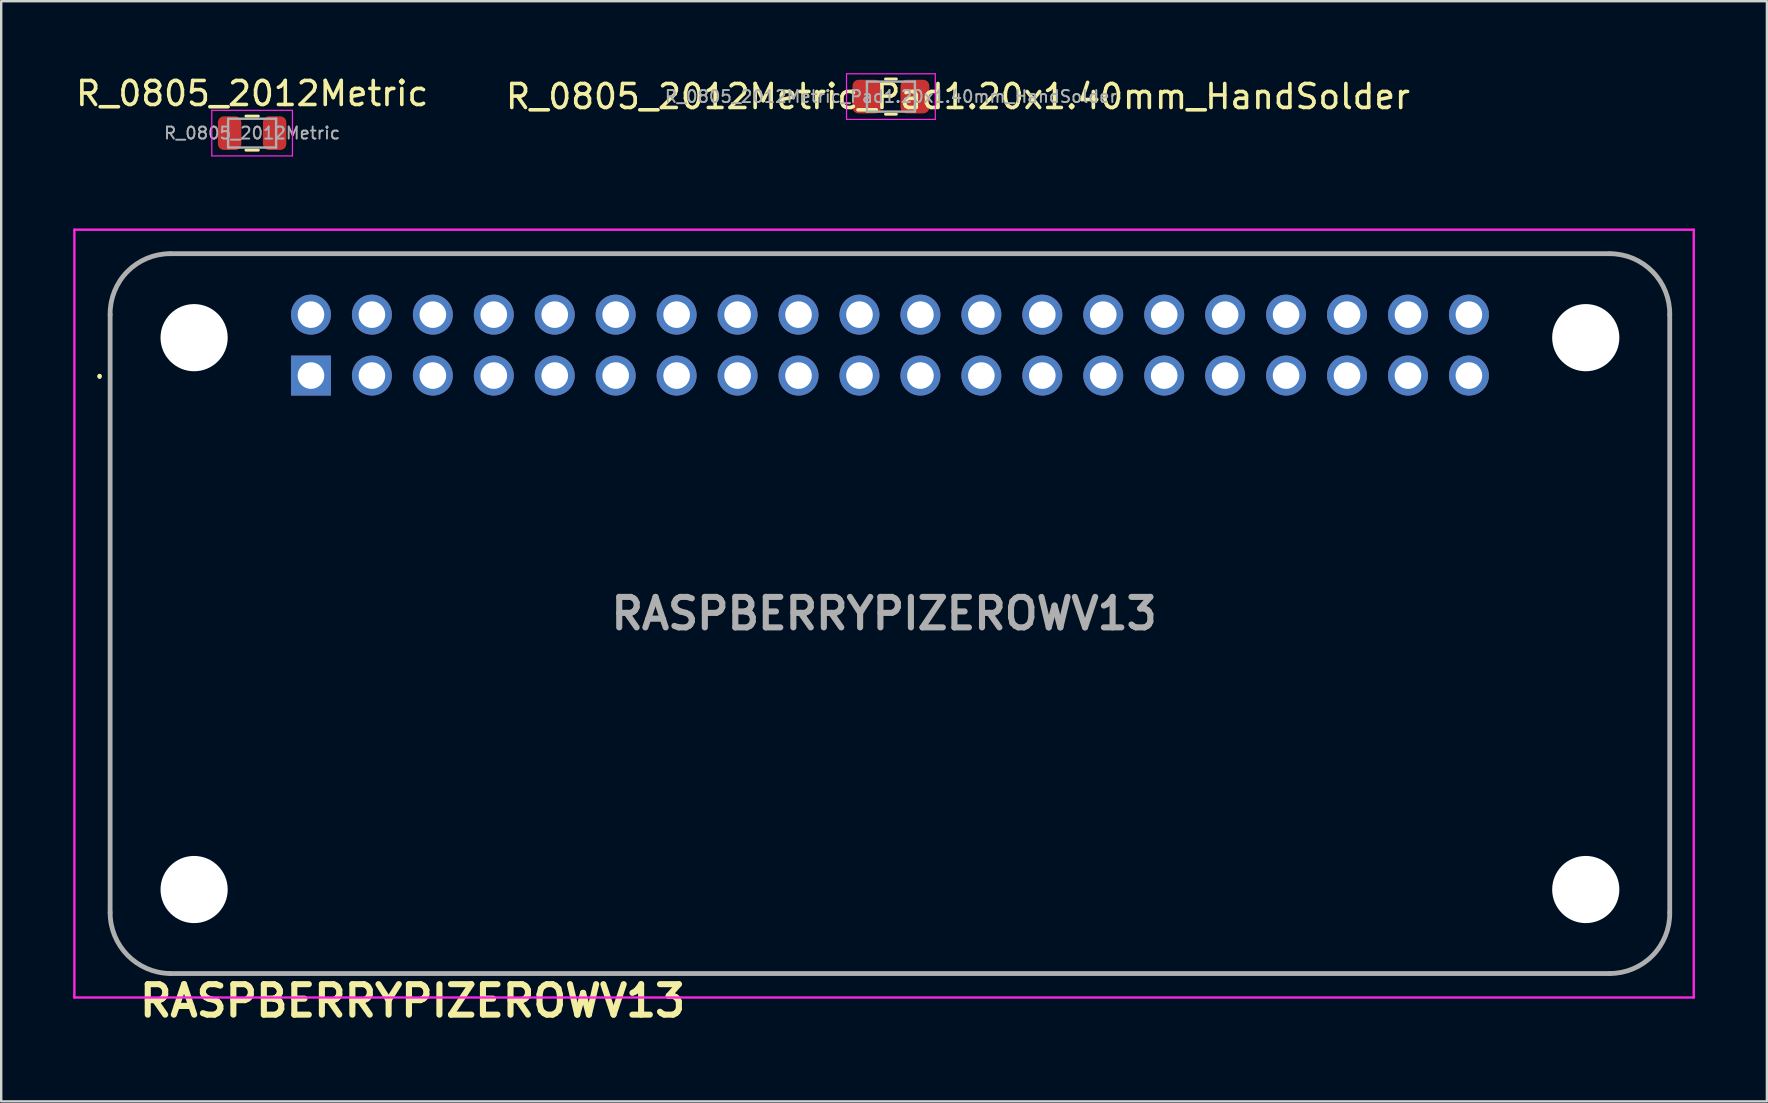
<source format=kicad_pcb>
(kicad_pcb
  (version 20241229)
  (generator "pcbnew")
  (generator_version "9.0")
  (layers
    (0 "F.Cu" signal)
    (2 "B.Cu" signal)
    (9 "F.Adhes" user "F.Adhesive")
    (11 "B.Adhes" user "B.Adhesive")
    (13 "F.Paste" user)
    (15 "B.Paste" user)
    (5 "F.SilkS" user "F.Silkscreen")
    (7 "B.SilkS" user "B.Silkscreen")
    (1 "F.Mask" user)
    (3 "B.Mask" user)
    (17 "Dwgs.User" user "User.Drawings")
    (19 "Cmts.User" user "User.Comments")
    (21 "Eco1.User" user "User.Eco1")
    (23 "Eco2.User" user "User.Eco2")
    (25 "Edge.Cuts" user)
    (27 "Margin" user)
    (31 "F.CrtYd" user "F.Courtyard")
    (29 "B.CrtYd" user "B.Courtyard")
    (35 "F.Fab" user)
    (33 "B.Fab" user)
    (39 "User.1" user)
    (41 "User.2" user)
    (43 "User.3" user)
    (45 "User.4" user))
  (footprint "R_0805_2012Metric"
    (layer "F.Cu")
    (at 7.458 2.498)
    (property "Reference" "R_0805_2012Metric" (at 0 -1.65 180) (layer "F.SilkS") (effects (font (size 1 1) (thickness 0.15))))
    (attr smd)
    (fp_line (start -0.259 -0.71) (end 0.259 -0.71) (stroke (width 0.12) (type solid)) (layer "F.SilkS"))
    (fp_line (start -0.259 0.71) (end 0.259 0.71) (stroke (width 0.12) (type solid)) (layer "F.SilkS"))
    (fp_line (start -1.68 -0.95) (end 1.68 -0.95) (stroke (width 0.05) (type solid)) (layer "F.CrtYd"))
    (fp_line (start -1.68 0.95) (end -1.68 -0.95) (stroke (width 0.05) (type solid)) (layer "F.CrtYd"))
    (fp_line (start 1.68 -0.95) (end 1.68 0.95) (stroke (width 0.05) (type solid)) (layer "F.CrtYd"))
    (fp_line (start 1.68 0.95) (end -1.68 0.95) (stroke (width 0.05) (type solid)) (layer "F.CrtYd"))
    (fp_line (start -1 -0.6) (end 1 -0.6) (stroke (width 0.1) (type solid)) (layer "F.Fab"))
    (fp_line (start -1 0.6) (end -1 -0.6) (stroke (width 0.1) (type solid)) (layer "F.Fab"))
    (fp_line (start 1 -0.6) (end 1 0.6) (stroke (width 0.1) (type solid)) (layer "F.Fab"))
    (fp_line (start 1 0.6) (end -1 0.6) (stroke (width 0.1) (type solid)) (layer "F.Fab"))
    (fp_text user "${REFERENCE}" (at 0 0 180) (layer "F.Fab") (effects (font (size 0.5 0.5) (thickness 0.08))))
    (pad "1" smd roundrect (at -0.938 0) (size 0.975 1.4) (layers "F.Cu" "F.Mask" "F.Paste") (roundrect_rratio 0.25))
    (pad "2" smd roundrect (at 0.938 0) (size 0.975 1.4) (layers "F.Cu" "F.Mask" "F.Paste") (roundrect_rratio 0.25)))
  (footprint "R_0805_2012Metric_Pad1.20x1.40mm_HandSolder"
    (layer "F.Cu")
    (at 34.081 0.975)
    (property "Reference" "R_0805_2012Metric_Pad1.20x1.40mm_HandSolder" (at 2.794 0 180) (layer "F.SilkS") (effects (font (size 1 1) (thickness 0.15))))
    (attr smd)
    (fp_line (start -0.227 -0.735) (end 0.227 -0.735) (stroke (width 0.12) (type solid)) (layer "F.SilkS"))
    (fp_line (start -0.227 0.735) (end 0.227 0.735) (stroke (width 0.12) (type solid)) (layer "F.SilkS"))
    (fp_line (start -1.85 -0.95) (end 1.85 -0.95) (stroke (width 0.05) (type solid)) (layer "F.CrtYd"))
    (fp_line (start -1.85 0.95) (end -1.85 -0.95) (stroke (width 0.05) (type solid)) (layer "F.CrtYd"))
    (fp_line (start 1.85 -0.95) (end 1.85 0.95) (stroke (width 0.05) (type solid)) (layer "F.CrtYd"))
    (fp_line (start 1.85 0.95) (end -1.85 0.95) (stroke (width 0.05) (type solid)) (layer "F.CrtYd"))
    (fp_line (start -1 -0.625) (end 1 -0.625) (stroke (width 0.1) (type solid)) (layer "F.Fab"))
    (fp_line (start -1 0.625) (end -1 -0.625) (stroke (width 0.1) (type solid)) (layer "F.Fab"))
    (fp_line (start 1 -0.625) (end 1 0.625) (stroke (width 0.1) (type solid)) (layer "F.Fab"))
    (fp_line (start 1 0.625) (end -1 0.625) (stroke (width 0.1) (type solid)) (layer "F.Fab"))
    (fp_text user "${REFERENCE}" (at 0 0 180) (layer "F.Fab") (effects (font (size 0.5 0.5) (thickness 0.08))))
    (pad "1" smd roundrect (at -1 0) (size 1.2 1.4) (layers "F.Cu" "F.Mask" "F.Paste") (roundrect_rratio 0.208))
    (pad "2" smd roundrect (at 1 0) (size 1.2 1.4) (layers "F.Cu" "F.Mask" "F.Paste") (roundrect_rratio 0.208)))
  (footprint "RASPBERRYPIZEROWV13"
    (layer "F.Cu")
    (at 33.795 22.523)
    (property "Reference" "RASPBERRYPIZEROWV13" (at -19.65 16.14 180) (layer "F.SilkS") (effects (font (size 1.27 1.27) (thickness 0.254))))
    (attr through_hole)
    (fp_line (start -32.695 -9.94) (end -32.695 -9.94) (stroke (width 0.1) (type solid)) (layer "F.SilkS"))
    (fp_line (start -32.695 -9.84) (end -32.695 -9.84) (stroke (width 0.1) (type solid)) (layer "F.SilkS"))
    (fp_line (start -32.255 -12.46) (end -32.255 12.46) (stroke (width 0.1) (type solid)) (layer "F.SilkS"))
    (fp_line (start -29.755 15) (end 30.245 15) (stroke (width 0.1) (type solid)) (layer "F.SilkS"))
    (fp_line (start 30.245 -15) (end -29.755 -15) (stroke (width 0.1) (type solid)) (layer "F.SilkS"))
    (fp_line (start 32.745 12.46) (end 32.745 -12.46) (stroke (width 0.1) (type solid)) (layer "F.SilkS"))
    (fp_arc (start -32.695 -9.94) (mid -32.645 -9.89) (end -32.695 -9.84) (stroke (width 0.1) (type solid)) (layer "F.SilkS"))
    (fp_arc (start -32.695 -9.84) (mid -32.745 -9.89) (end -32.695 -9.94) (stroke (width 0.1) (type solid)) (layer "F.SilkS"))
    (fp_arc (start -32.255061 -12.463955) (mid -31.535456 -14.254877) (end -29.755 -15) (stroke (width 0.1) (type solid)) (layer "F.SilkS"))
    (fp_arc (start -29.759015 14.999933) (mid -31.526564 14.240534) (end -32.255 12.46) (stroke (width 0.1) (type solid)) (layer "F.SilkS"))
    (fp_arc (start 30.249015 -14.999933) (mid 32.016564 -14.240534) (end 32.745 -12.46) (stroke (width 0.1) (type solid)) (layer "F.SilkS"))
    (fp_arc (start 32.745061 12.463955) (mid 32.025456 14.254877) (end 30.245 15) (stroke (width 0.1) (type solid)) (layer "F.SilkS"))
    (fp_line (start -33.745 -16) (end 33.745 -16) (stroke (width 0.1) (type solid)) (layer "F.CrtYd"))
    (fp_line (start -33.745 16) (end -33.745 -16) (stroke (width 0.1) (type solid)) (layer "F.CrtYd"))
    (fp_line (start 33.745 -16) (end 33.745 16) (stroke (width 0.1) (type solid)) (layer "F.CrtYd"))
    (fp_line (start 33.745 16) (end -33.745 16) (stroke (width 0.1) (type solid)) (layer "F.CrtYd"))
    (fp_line (start -32.255 -12.46) (end -32.255 12.46) (stroke (width 0.2) (type solid)) (layer "F.Fab"))
    (fp_line (start -29.755 15) (end 30.245 15) (stroke (width 0.2) (type solid)) (layer "F.Fab"))
    (fp_line (start 30.245 -15) (end -29.755 -15) (stroke (width 0.2) (type solid)) (layer "F.Fab"))
    (fp_line (start 32.745 12.46) (end 32.745 -12.46) (stroke (width 0.2) (type solid)) (layer "F.Fab"))
    (fp_arc (start -32.255061 -12.463955) (mid -31.535456 -14.254877) (end -29.755 -15) (stroke (width 0.2) (type solid)) (layer "F.Fab"))
    (fp_arc (start -29.759015 14.999933) (mid -31.526564 14.240534) (end -32.255 12.46) (stroke (width 0.2) (type solid)) (layer "F.Fab"))
    (fp_arc (start 30.248955 -14.999995) (mid 32.028229 -14.252057) (end 32.745 -12.46) (stroke (width 0.2) (type solid)) (layer "F.Fab"))
    (fp_arc (start 32.745061 12.463955) (mid 32.025456 14.254877) (end 30.245 15) (stroke (width 0.2) (type solid)) (layer "F.Fab"))
    (fp_text user "${REFERENCE}" (at 0 0 180) (layer "F.Fab") (effects (font (size 1.27 1.27) (thickness 0.254))))
    (pad "" np_thru_hole circle (at -28.755 -11.5) (size 2.8 2.8) (drill 2.8) (layers "*.Cu" "*.Mask"))
    (pad "" np_thru_hole circle (at -28.755 11.5) (size 2.8 2.8) (drill 2.8) (layers "*.Cu" "*.Mask"))
    (pad "" np_thru_hole circle (at 29.245 -11.5) (size 2.8 2.8) (drill 2.8) (layers "*.Cu" "*.Mask"))
    (pad "" np_thru_hole circle (at 29.245 11.5) (size 2.8 2.8) (drill 2.8) (layers "*.Cu" "*.Mask"))
    (pad "1" thru_hole rect (at -23.885 -9.92) (size 1.665 1.665) (drill 1.11) (layers "*.Cu" "*.Mask"))
    (pad "2" thru_hole circle (at -23.885 -12.46) (size 1.665 1.665) (drill 1.11) (layers "*.Cu" "*.Mask"))
    (pad "3" thru_hole circle (at -21.345 -9.92) (size 1.665 1.665) (drill 1.11) (layers "*.Cu" "*.Mask"))
    (pad "4" thru_hole circle (at -21.345 -12.46) (size 1.665 1.665) (drill 1.11) (layers "*.Cu" "*.Mask"))
    (pad "5" thru_hole circle (at -18.805 -9.92) (size 1.665 1.665) (drill 1.11) (layers "*.Cu" "*.Mask"))
    (pad "6" thru_hole circle (at -18.805 -12.46) (size 1.665 1.665) (drill 1.11) (layers "*.Cu" "*.Mask"))
    (pad "7" thru_hole circle (at -16.265 -9.92) (size 1.665 1.665) (drill 1.11) (layers "*.Cu" "*.Mask"))
    (pad "8" thru_hole circle (at -16.265 -12.46) (size 1.665 1.665) (drill 1.11) (layers "*.Cu" "*.Mask"))
    (pad "9" thru_hole circle (at -13.725 -9.92) (size 1.665 1.665) (drill 1.11) (layers "*.Cu" "*.Mask"))
    (pad "10" thru_hole circle (at -13.725 -12.46) (size 1.665 1.665) (drill 1.11) (layers "*.Cu" "*.Mask"))
    (pad "11" thru_hole circle (at -11.185 -9.92) (size 1.665 1.665) (drill 1.11) (layers "*.Cu" "*.Mask"))
    (pad "12" thru_hole circle (at -11.185 -12.46) (size 1.665 1.665) (drill 1.11) (layers "*.Cu" "*.Mask"))
    (pad "13" thru_hole circle (at -8.645 -9.92) (size 1.665 1.665) (drill 1.11) (layers "*.Cu" "*.Mask"))
    (pad "14" thru_hole circle (at -8.645 -12.46) (size 1.665 1.665) (drill 1.11) (layers "*.Cu" "*.Mask"))
    (pad "15" thru_hole circle (at -6.105 -9.92) (size 1.665 1.665) (drill 1.11) (layers "*.Cu" "*.Mask"))
    (pad "16" thru_hole circle (at -6.105 -12.46) (size 1.665 1.665) (drill 1.11) (layers "*.Cu" "*.Mask"))
    (pad "17" thru_hole circle (at -3.565 -9.92) (size 1.665 1.665) (drill 1.11) (layers "*.Cu" "*.Mask"))
    (pad "18" thru_hole circle (at -3.565 -12.46) (size 1.665 1.665) (drill 1.11) (layers "*.Cu" "*.Mask"))
    (pad "19" thru_hole circle (at -1.025 -9.92) (size 1.665 1.665) (drill 1.11) (layers "*.Cu" "*.Mask"))
    (pad "20" thru_hole circle (at -1.025 -12.46) (size 1.665 1.665) (drill 1.11) (layers "*.Cu" "*.Mask"))
    (pad "21" thru_hole circle (at 1.515 -9.92) (size 1.665 1.665) (drill 1.11) (layers "*.Cu" "*.Mask"))
    (pad "22" thru_hole circle (at 1.515 -12.46) (size 1.665 1.665) (drill 1.11) (layers "*.Cu" "*.Mask"))
    (pad "23" thru_hole circle (at 4.055 -9.92) (size 1.665 1.665) (drill 1.11) (layers "*.Cu" "*.Mask"))
    (pad "24" thru_hole circle (at 4.055 -12.46) (size 1.665 1.665) (drill 1.11) (layers "*.Cu" "*.Mask"))
    (pad "25" thru_hole circle (at 6.595 -9.92) (size 1.665 1.665) (drill 1.11) (layers "*.Cu" "*.Mask"))
    (pad "26" thru_hole circle (at 6.595 -12.46) (size 1.665 1.665) (drill 1.11) (layers "*.Cu" "*.Mask"))
    (pad "27" thru_hole circle (at 9.135 -9.92) (size 1.665 1.665) (drill 1.11) (layers "*.Cu" "*.Mask"))
    (pad "28" thru_hole circle (at 9.135 -12.46) (size 1.665 1.665) (drill 1.11) (layers "*.Cu" "*.Mask"))
    (pad "29" thru_hole circle (at 11.675 -9.92) (size 1.665 1.665) (drill 1.11) (layers "*.Cu" "*.Mask"))
    (pad "30" thru_hole circle (at 11.675 -12.46) (size 1.665 1.665) (drill 1.11) (layers "*.Cu" "*.Mask"))
    (pad "31" thru_hole circle (at 14.215 -9.92) (size 1.665 1.665) (drill 1.11) (layers "*.Cu" "*.Mask"))
    (pad "32" thru_hole circle (at 14.215 -12.46) (size 1.665 1.665) (drill 1.11) (layers "*.Cu" "*.Mask"))
    (pad "33" thru_hole circle (at 16.755 -9.92) (size 1.665 1.665) (drill 1.11) (layers "*.Cu" "*.Mask"))
    (pad "34" thru_hole circle (at 16.755 -12.46) (size 1.665 1.665) (drill 1.11) (layers "*.Cu" "*.Mask"))
    (pad "35" thru_hole circle (at 19.295 -9.92) (size 1.665 1.665) (drill 1.11) (layers "*.Cu" "*.Mask"))
    (pad "36" thru_hole circle (at 19.295 -12.46) (size 1.665 1.665) (drill 1.11) (layers "*.Cu" "*.Mask"))
    (pad "37" thru_hole circle (at 21.835 -9.92) (size 1.665 1.665) (drill 1.11) (layers "*.Cu" "*.Mask"))
    (pad "38" thru_hole circle (at 21.835 -12.46) (size 1.665 1.665) (drill 1.11) (layers "*.Cu" "*.Mask"))
    (pad "39" thru_hole circle (at 24.375 -9.92) (size 1.665 1.665) (drill 1.11) (layers "*.Cu" "*.Mask"))
    (pad "40" thru_hole circle (at 24.375 -12.46) (size 1.665 1.665) (drill 1.11) (layers "*.Cu" "*.Mask")))
  (gr_rect
    (start -3 -3)
    (end 70.59 42.852)
    (stroke (width 0.1) (type default))
    (fill no)
    (layer "Edge.Cuts")))
</source>
